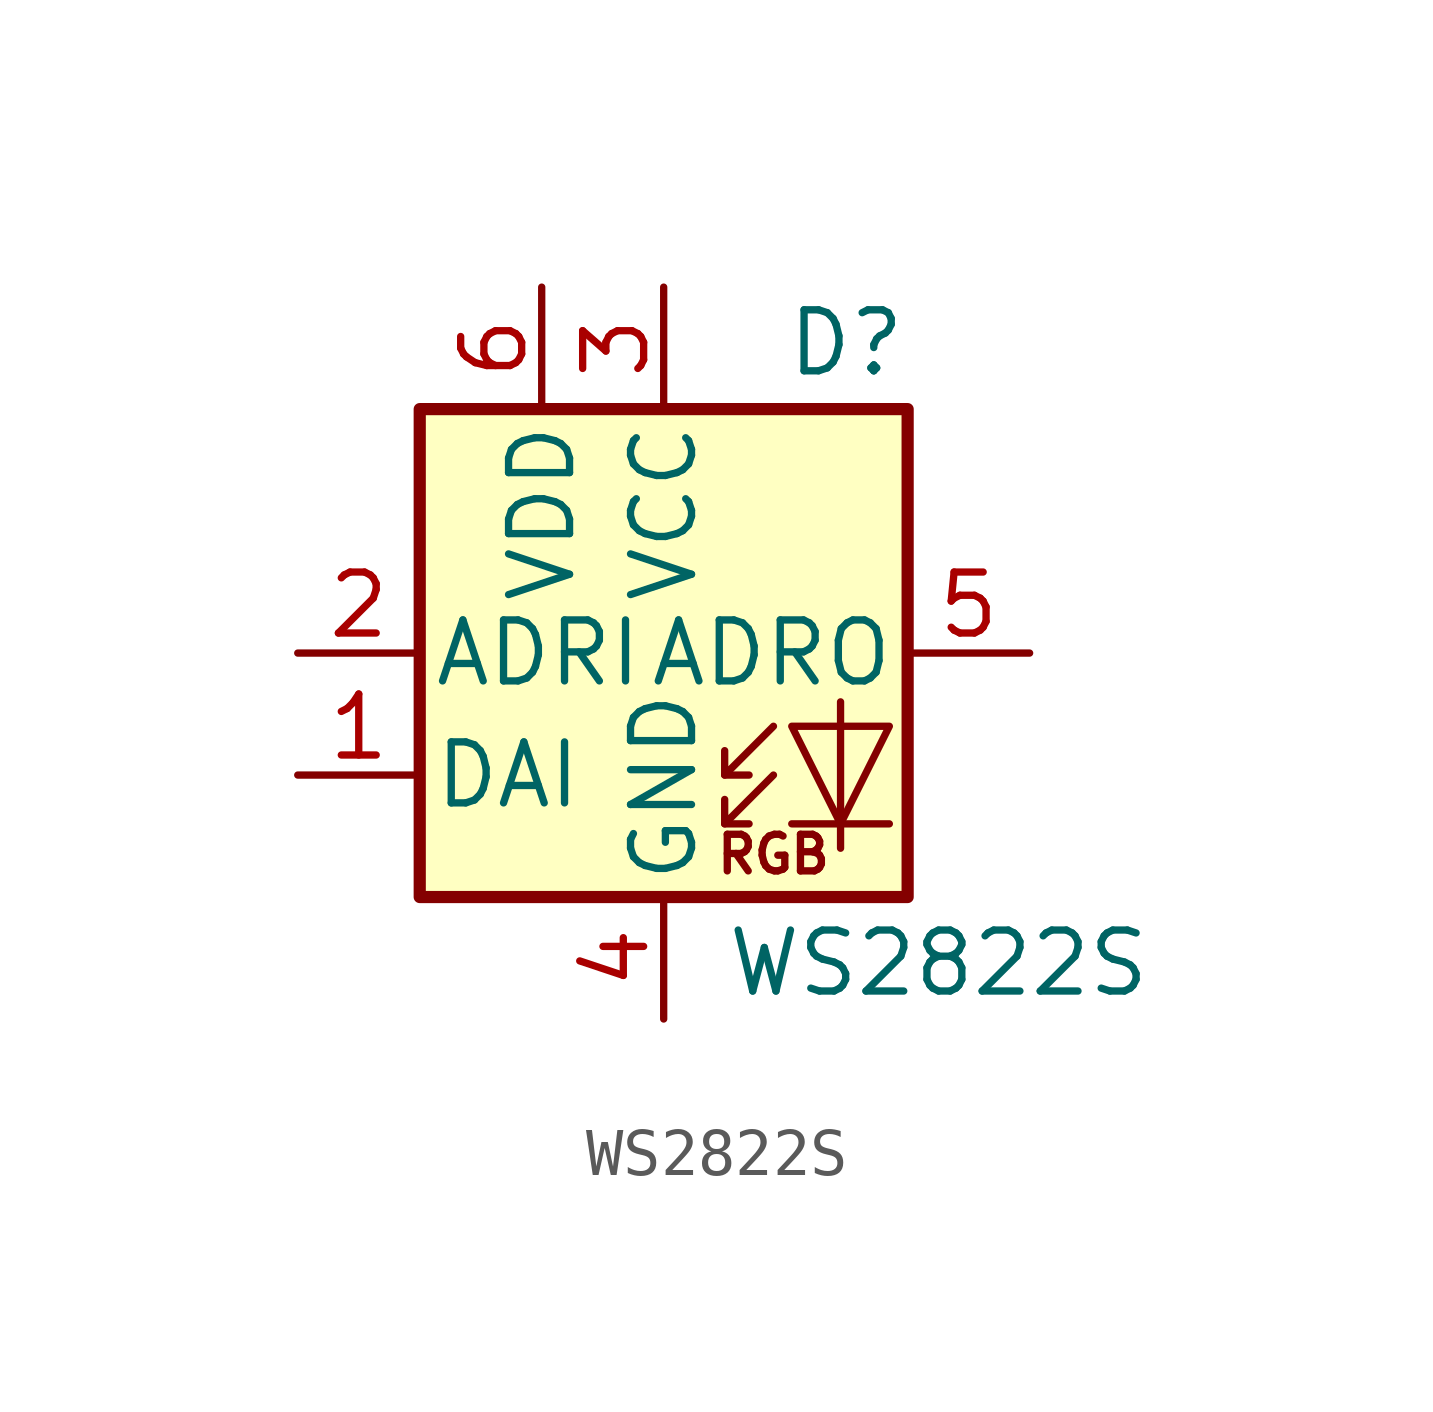
<source format=kicad_sym>
(kicad_symbol_lib
  (version 20201005)
  (generator kicad_symbol_editor)
  (symbol "LED:WS2822S"
    (pin_names
      (offset 0.254))
    (property "Reference" "D"
      (at 5.08 5.715 0)
      (effects (font (size 1.27 1.27)) (justify right bottom)))
    (property "Value" "WS2822S"
      (at 1.27 -5.715 0)
      (effects (font (size 1.27 1.27)) (justify left top)))
    (symbol "WS2822S_0_0"
      (text "RGB" (at 2.286 -4.191 0) (effects (font (size 0.762 0.762)))))
    (symbol "WS2822S_0_1"
      (rectangle (start -5.08 5.08) (end 5.08 -5.08) (stroke (width 0.254)) (fill (type background)))
      (polyline (pts (xy 1.27 -3.556) (xy 1.778 -3.556)) (stroke (width 0)) (fill (type none)))
      (polyline (pts (xy 1.27 -2.54) (xy 1.778 -2.54)) (stroke (width 0)) (fill (type none)))
      (polyline (pts (xy 4.699 -3.556) (xy 2.667 -3.556)) (stroke (width 0)) (fill (type none)))
      (polyline (pts (xy 2.286 -2.54) (xy 1.27 -3.556) (xy 1.27 -3.048)) (stroke (width 0)) (fill (type none)))
      (polyline (pts (xy 2.286 -1.524) (xy 1.27 -2.54) (xy 1.27 -2.032)) (stroke (width 0)) (fill (type none)))
      (polyline (pts (xy 3.683 -1.016) (xy 3.683 -3.556) (xy 3.683 -4.064)) (stroke (width 0)) (fill (type none)))
      (polyline (pts (xy 4.699 -1.524) (xy 2.667 -1.524) (xy 3.683 -3.556) (xy 4.699 -1.524)) (stroke (width 0)) (fill (type none))))
    (symbol "WS2822S_1_1"
      (pin input line (at -7.62 -2.54 0) (length 2.54) (name "DAI" (effects (font (size 1.27 1.27)))) (number "1" (effects (font (size 1.27 1.27)))))
      (pin input line (at -7.62 0 0) (length 2.54) (name "ADRI" (effects (font (size 1.27 1.27)))) (number "2" (effects (font (size 1.27 1.27)))))
      (pin power_in line (at 0 7.62 270) (length 2.54) (name "VCC" (effects (font (size 1.27 1.27)))) (number "3" (effects (font (size 1.27 1.27)))))
      (pin power_in line (at 0 -7.62 90) (length 2.54) (name "GND" (effects (font (size 1.27 1.27)))) (number "4" (effects (font (size 1.27 1.27)))))
      (pin output line (at 7.62 0 180) (length 2.54) (name "ADRO" (effects (font (size 1.27 1.27)))) (number "5" (effects (font (size 1.27 1.27)))))
      (pin power_in line (at -2.54 7.62 270) (length 2.54) (name "VDD" (effects (font (size 1.27 1.27)))) (number "6" (effects (font (size 1.27 1.27))))))))
</source>
